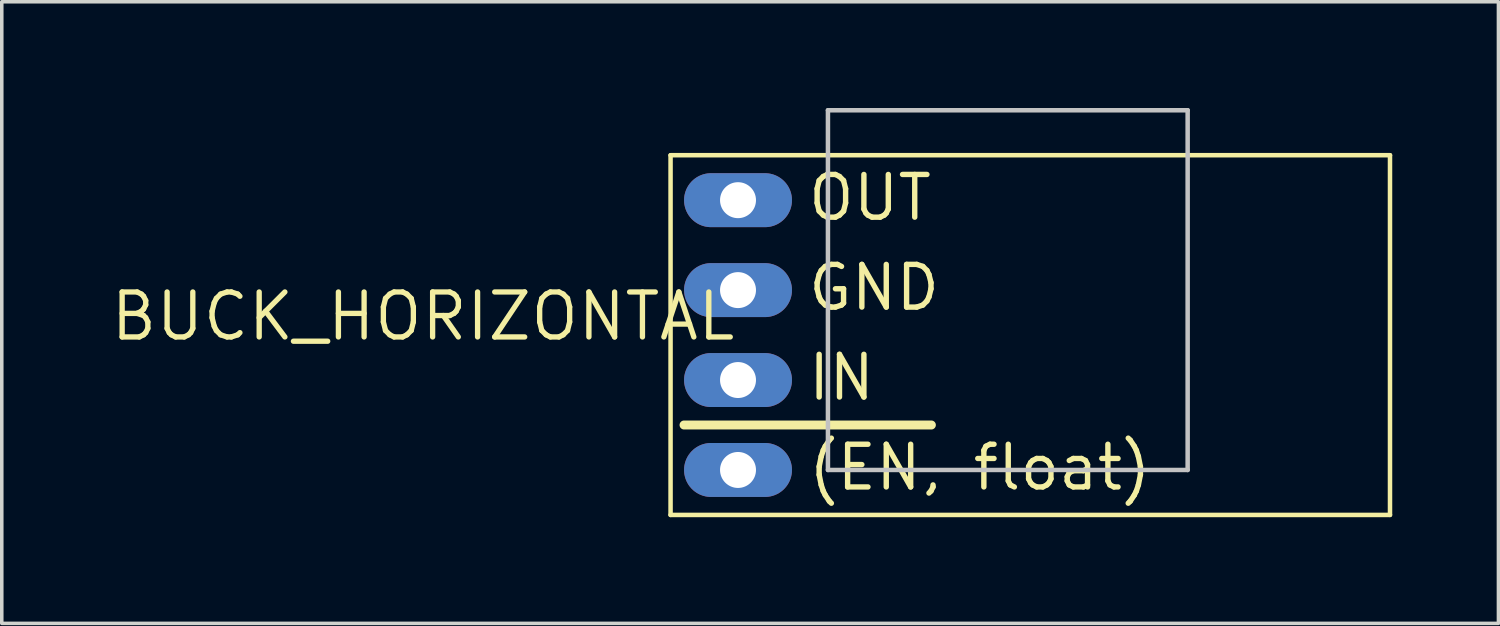
<source format=kicad_pcb>
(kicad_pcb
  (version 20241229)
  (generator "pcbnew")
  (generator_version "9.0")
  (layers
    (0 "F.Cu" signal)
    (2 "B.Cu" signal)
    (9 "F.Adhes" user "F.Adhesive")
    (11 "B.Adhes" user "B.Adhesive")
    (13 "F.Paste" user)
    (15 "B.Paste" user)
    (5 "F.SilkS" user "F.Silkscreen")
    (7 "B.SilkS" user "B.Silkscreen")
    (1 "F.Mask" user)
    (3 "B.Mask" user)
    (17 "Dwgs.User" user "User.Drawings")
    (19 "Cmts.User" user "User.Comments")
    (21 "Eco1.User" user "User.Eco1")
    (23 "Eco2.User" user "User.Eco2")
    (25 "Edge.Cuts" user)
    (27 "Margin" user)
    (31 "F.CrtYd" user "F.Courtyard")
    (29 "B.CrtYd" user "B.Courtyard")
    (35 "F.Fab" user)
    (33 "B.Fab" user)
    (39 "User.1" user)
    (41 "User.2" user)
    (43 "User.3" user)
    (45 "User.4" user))
  (footprint "BUCK_HORIZONTAL"
    (layer "F.Cu")
    (at 17.795 5.144)
    (property "Reference" "BUCK_HORIZONTAL" (at 0 0 0) (layer "F.SilkS") (effects (font (size 1.27 1.27) (thickness 0.15)) (justify right top)))
    (attr through_hole)
    (fp_line (start -1.905 -3.81) (end -1.905 6.35) (stroke (width 0.127) (type solid)) (layer "F.SilkS"))
    (fp_line (start -1.905 6.35) (end 18.415 6.35) (stroke (width 0.127) (type solid)) (layer "F.SilkS"))
    (fp_line (start -1.524 3.81) (end 5.461 3.81) (stroke (width 0.254) (type solid)) (layer "F.SilkS"))
    (fp_line (start 18.415 -3.81) (end -1.905 -3.81) (stroke (width 0.127) (type solid)) (layer "F.SilkS"))
    (fp_line (start 18.415 6.35) (end 18.415 -3.81) (stroke (width 0.127) (type solid)) (layer "F.SilkS"))
    (fp_line (start 2.54 -5.08) (end 2.54 5.08) (stroke (width 0.127) (type solid)) (layer "Dwgs.User"))
    (fp_line (start 2.54 5.08) (end 12.7 5.08) (stroke (width 0.127) (type solid)) (layer "Dwgs.User"))
    (fp_line (start 12.7 -5.08) (end 2.54 -5.08) (stroke (width 0.127) (type solid)) (layer "Dwgs.User"))
    (fp_line (start 12.7 5.08) (end 12.7 -5.08) (stroke (width 0.127) (type solid)) (layer "Dwgs.User"))
    (fp_text user "GND" (at 1.905 0.635 0) (layer "F.SilkS") (effects (font (size 1.206 1.206) (thickness 0.152)) (justify left bottom)))
    (fp_text user "(EN, float)" (at 1.905 5.715 0) (layer "F.SilkS") (effects (font (size 1.206 1.206) (thickness 0.152)) (justify left bottom)))
    (fp_text user "OUT" (at 1.905 -1.905 0) (layer "F.SilkS") (effects (font (size 1.206 1.206) (thickness 0.152)) (justify left bottom)))
    (fp_text user "IN" (at 1.905 3.175 0) (layer "F.SilkS") (effects (font (size 1.206 1.206) (thickness 0.152)) (justify left bottom)))
    (pad "EN" thru_hole oval (at 0 5.08) (size 3.048 1.524) (drill 1.016) (layers "*.Cu" "*.Mask"))
    (pad "GND" thru_hole oval (at 0 0) (size 3.048 1.524) (drill 1.016) (layers "*.Cu" "*.Mask"))
    (pad "IN" thru_hole oval (at 0 2.54) (size 3.048 1.524) (drill 1.016) (layers "*.Cu" "*.Mask"))
    (pad "OUT" thru_hole oval (at 0 -2.54) (size 3.048 1.524) (drill 1.016) (layers "*.Cu" "*.Mask")))
  (gr_rect
    (start -3 -3)
    (end 39.273 14.557)
    (stroke (width 0.1) (type default))
    (fill no)
    (layer "Edge.Cuts")))
</source>
